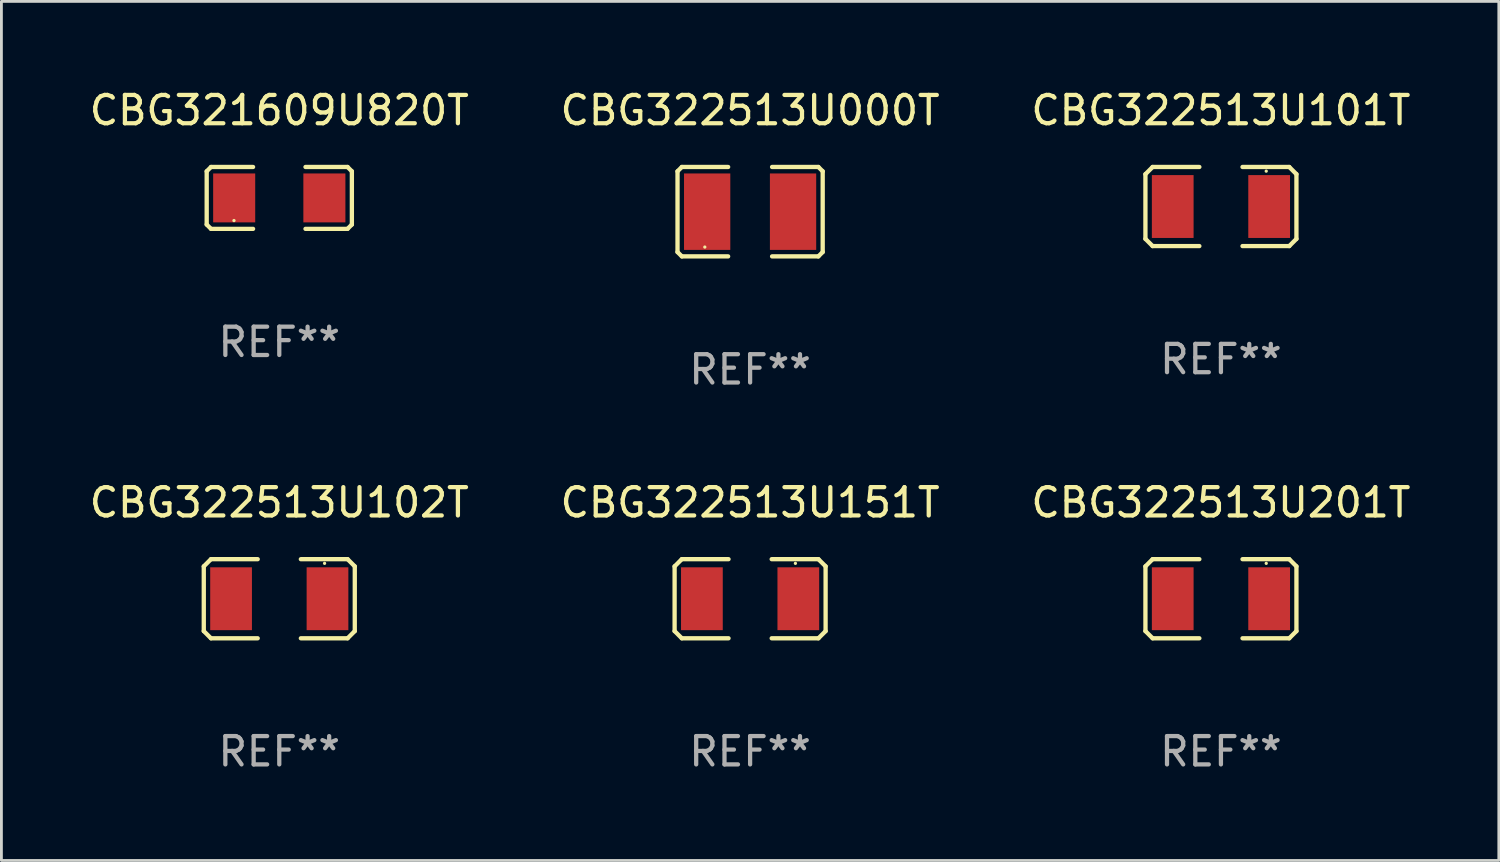
<source format=kicad_pcb>
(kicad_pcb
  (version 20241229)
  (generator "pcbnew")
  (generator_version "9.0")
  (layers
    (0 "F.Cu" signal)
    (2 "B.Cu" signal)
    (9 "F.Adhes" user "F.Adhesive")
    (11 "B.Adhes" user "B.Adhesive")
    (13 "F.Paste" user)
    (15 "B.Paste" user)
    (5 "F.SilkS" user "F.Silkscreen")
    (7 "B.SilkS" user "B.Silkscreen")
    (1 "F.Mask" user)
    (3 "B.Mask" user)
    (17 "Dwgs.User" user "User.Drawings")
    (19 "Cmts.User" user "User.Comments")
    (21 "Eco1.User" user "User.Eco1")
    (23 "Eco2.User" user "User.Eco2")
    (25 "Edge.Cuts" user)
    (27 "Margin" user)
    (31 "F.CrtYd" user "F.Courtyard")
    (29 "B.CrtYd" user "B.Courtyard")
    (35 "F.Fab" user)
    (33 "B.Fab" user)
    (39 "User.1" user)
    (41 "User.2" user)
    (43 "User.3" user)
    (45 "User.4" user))
  (footprint "CBG321609U820T"
    (layer "F.Cu")
    (at 6.815 3.941)
    (property "Reference" "CBG321609U820T" (at 0 -3.093 0) (layer "F.SilkS") (effects (font (size 1 1) (thickness 0.15))))
    (attr through_hole)
    (fp_line (start -2.564 -0.94) (end -2.411 -1.093) (stroke (width 0.152) (type solid)) (layer "F.SilkS"))
    (fp_line (start -2.564 0.94) (end -2.564 -0.94) (stroke (width 0.152) (type solid)) (layer "F.SilkS"))
    (fp_line (start -2.411 -1.093) (end -0.926 -1.093) (stroke (width 0.152) (type solid)) (layer "F.SilkS"))
    (fp_line (start -2.411 1.093) (end -2.564 0.94) (stroke (width 0.152) (type solid)) (layer "F.SilkS"))
    (fp_line (start -0.926 1.093) (end -2.411 1.093) (stroke (width 0.152) (type solid)) (layer "F.SilkS"))
    (fp_line (start 0.926 1.093) (end 2.411 1.093) (stroke (width 0.152) (type solid)) (layer "F.SilkS"))
    (fp_line (start 2.411 -1.093) (end 0.926 -1.093) (stroke (width 0.152) (type solid)) (layer "F.SilkS"))
    (fp_line (start 2.411 1.093) (end 2.564 0.94) (stroke (width 0.152) (type solid)) (layer "F.SilkS"))
    (fp_line (start 2.564 -0.94) (end 2.411 -1.093) (stroke (width 0.152) (type solid)) (layer "F.SilkS"))
    (fp_line (start 2.564 0.94) (end 2.564 -0.94) (stroke (width 0.152) (type solid)) (layer "F.SilkS"))
    (fp_circle (center -1.6 0.8) (end -1.57 0.8) (stroke (width 0.06) (type solid)) (fill no) (layer "F.SilkS"))
    (fp_text user "REF**" (at 0 5.093 0) (layer "F.Fab") (effects (font (size 1 1) (thickness 0.15))))
    (pad "1" smd rect (at -1.593 0) (size 1.485 1.728) (layers "F.Cu" "F.Mask" "F.Paste"))
    (pad "2" smd rect (at 1.593 0) (size 1.485 1.728) (layers "F.Cu" "F.Mask" "F.Paste")))
  (footprint "CBG322513U151T"
    (layer "F.Cu")
    (at 23.446 18.099)
    (property "Reference" "CBG322513U151T" (at 0 -3.397 0) (layer "F.SilkS") (effects (font (size 1 1) (thickness 0.15))))
    (attr through_hole)
    (fp_line (start -2.667 -1.143) (end -2.413 -1.397) (stroke (width 0.152) (type solid)) (layer "F.SilkS"))
    (fp_line (start -2.667 1.143) (end -2.667 -1.143) (stroke (width 0.152) (type solid)) (layer "F.SilkS"))
    (fp_line (start -2.413 -1.397) (end -0.762 -1.397) (stroke (width 0.152) (type solid)) (layer "F.SilkS"))
    (fp_line (start -2.413 1.397) (end -2.667 1.143) (stroke (width 0.152) (type solid)) (layer "F.SilkS"))
    (fp_line (start -0.762 1.397) (end -2.413 1.397) (stroke (width 0.152) (type solid)) (layer "F.SilkS"))
    (fp_line (start 0.762 -1.397) (end 2.413 -1.397) (stroke (width 0.152) (type solid)) (layer "F.SilkS"))
    (fp_line (start 2.413 -1.397) (end 2.667 -1.143) (stroke (width 0.152) (type solid)) (layer "F.SilkS"))
    (fp_line (start 2.413 1.397) (end 0.762 1.397) (stroke (width 0.152) (type solid)) (layer "F.SilkS"))
    (fp_line (start 2.667 -1.143) (end 2.667 1.143) (stroke (width 0.152) (type solid)) (layer "F.SilkS"))
    (fp_line (start 2.667 1.143) (end 2.413 1.397) (stroke (width 0.152) (type solid)) (layer "F.SilkS"))
    (fp_circle (center 1.6 -1.25) (end 1.63 -1.25) (stroke (width 0.06) (type solid)) (fill no) (layer "F.SilkS"))
    (fp_text user "REF**" (at 0 5.397 0) (layer "F.Fab") (effects (font (size 1 1) (thickness 0.15))))
    (pad "1" smd rect (at 1.703 0) (size 1.474 2.22) (layers "F.Cu" "F.Mask" "F.Paste"))
    (pad "2" smd rect (at -1.703 0) (size 1.474 2.22) (layers "F.Cu" "F.Mask" "F.Paste")))
  (footprint "CBG322513U101T"
    (layer "F.Cu")
    (at 40.077 4.245)
    (property "Reference" "CBG322513U101T" (at 0 -3.397 0) (layer "F.SilkS") (effects (font (size 1 1) (thickness 0.15))))
    (attr through_hole)
    (fp_line (start -2.667 -1.143) (end -2.413 -1.397) (stroke (width 0.152) (type solid)) (layer "F.SilkS"))
    (fp_line (start -2.667 1.143) (end -2.667 -1.143) (stroke (width 0.152) (type solid)) (layer "F.SilkS"))
    (fp_line (start -2.413 -1.397) (end -0.762 -1.397) (stroke (width 0.152) (type solid)) (layer "F.SilkS"))
    (fp_line (start -2.413 1.397) (end -2.667 1.143) (stroke (width 0.152) (type solid)) (layer "F.SilkS"))
    (fp_line (start -0.762 1.397) (end -2.413 1.397) (stroke (width 0.152) (type solid)) (layer "F.SilkS"))
    (fp_line (start 0.762 -1.397) (end 2.413 -1.397) (stroke (width 0.152) (type solid)) (layer "F.SilkS"))
    (fp_line (start 2.413 -1.397) (end 2.667 -1.143) (stroke (width 0.152) (type solid)) (layer "F.SilkS"))
    (fp_line (start 2.413 1.397) (end 0.762 1.397) (stroke (width 0.152) (type solid)) (layer "F.SilkS"))
    (fp_line (start 2.667 -1.143) (end 2.667 1.143) (stroke (width 0.152) (type solid)) (layer "F.SilkS"))
    (fp_line (start 2.667 1.143) (end 2.413 1.397) (stroke (width 0.152) (type solid)) (layer "F.SilkS"))
    (fp_circle (center 1.6 -1.25) (end 1.63 -1.25) (stroke (width 0.06) (type solid)) (fill no) (layer "F.SilkS"))
    (fp_text user "REF**" (at 0 5.397 0) (layer "F.Fab") (effects (font (size 1 1) (thickness 0.15))))
    (pad "1" smd rect (at 1.703 0) (size 1.474 2.22) (layers "F.Cu" "F.Mask" "F.Paste"))
    (pad "2" smd rect (at -1.703 0) (size 1.474 2.22) (layers "F.Cu" "F.Mask" "F.Paste")))
  (footprint "CBG322513U201T"
    (layer "F.Cu")
    (at 40.077 18.099)
    (property "Reference" "CBG322513U201T" (at 0 -3.397 0) (layer "F.SilkS") (effects (font (size 1 1) (thickness 0.15))))
    (attr through_hole)
    (fp_line (start -2.667 -1.143) (end -2.413 -1.397) (stroke (width 0.152) (type solid)) (layer "F.SilkS"))
    (fp_line (start -2.667 1.143) (end -2.667 -1.143) (stroke (width 0.152) (type solid)) (layer "F.SilkS"))
    (fp_line (start -2.413 -1.397) (end -0.762 -1.397) (stroke (width 0.152) (type solid)) (layer "F.SilkS"))
    (fp_line (start -2.413 1.397) (end -2.667 1.143) (stroke (width 0.152) (type solid)) (layer "F.SilkS"))
    (fp_line (start -0.762 1.397) (end -2.413 1.397) (stroke (width 0.152) (type solid)) (layer "F.SilkS"))
    (fp_line (start 0.762 -1.397) (end 2.413 -1.397) (stroke (width 0.152) (type solid)) (layer "F.SilkS"))
    (fp_line (start 2.413 -1.397) (end 2.667 -1.143) (stroke (width 0.152) (type solid)) (layer "F.SilkS"))
    (fp_line (start 2.413 1.397) (end 0.762 1.397) (stroke (width 0.152) (type solid)) (layer "F.SilkS"))
    (fp_line (start 2.667 -1.143) (end 2.667 1.143) (stroke (width 0.152) (type solid)) (layer "F.SilkS"))
    (fp_line (start 2.667 1.143) (end 2.413 1.397) (stroke (width 0.152) (type solid)) (layer "F.SilkS"))
    (fp_circle (center 1.6 -1.25) (end 1.63 -1.25) (stroke (width 0.06) (type solid)) (fill no) (layer "F.SilkS"))
    (fp_text user "REF**" (at 0 5.397 0) (layer "F.Fab") (effects (font (size 1 1) (thickness 0.15))))
    (pad "1" smd rect (at 1.703 0) (size 1.474 2.22) (layers "F.Cu" "F.Mask" "F.Paste"))
    (pad "2" smd rect (at -1.703 0) (size 1.474 2.22) (layers "F.Cu" "F.Mask" "F.Paste")))
  (footprint "CBG322513U102T"
    (layer "F.Cu")
    (at 6.815 18.099)
    (property "Reference" "CBG322513U102T" (at 0 -3.397 0) (layer "F.SilkS") (effects (font (size 1 1) (thickness 0.15))))
    (attr through_hole)
    (fp_line (start -2.667 -1.143) (end -2.413 -1.397) (stroke (width 0.152) (type solid)) (layer "F.SilkS"))
    (fp_line (start -2.667 1.143) (end -2.667 -1.143) (stroke (width 0.152) (type solid)) (layer "F.SilkS"))
    (fp_line (start -2.413 -1.397) (end -0.762 -1.397) (stroke (width 0.152) (type solid)) (layer "F.SilkS"))
    (fp_line (start -2.413 1.397) (end -2.667 1.143) (stroke (width 0.152) (type solid)) (layer "F.SilkS"))
    (fp_line (start -0.762 1.397) (end -2.413 1.397) (stroke (width 0.152) (type solid)) (layer "F.SilkS"))
    (fp_line (start 0.762 -1.397) (end 2.413 -1.397) (stroke (width 0.152) (type solid)) (layer "F.SilkS"))
    (fp_line (start 2.413 -1.397) (end 2.667 -1.143) (stroke (width 0.152) (type solid)) (layer "F.SilkS"))
    (fp_line (start 2.413 1.397) (end 0.762 1.397) (stroke (width 0.152) (type solid)) (layer "F.SilkS"))
    (fp_line (start 2.667 -1.143) (end 2.667 1.143) (stroke (width 0.152) (type solid)) (layer "F.SilkS"))
    (fp_line (start 2.667 1.143) (end 2.413 1.397) (stroke (width 0.152) (type solid)) (layer "F.SilkS"))
    (fp_circle (center 1.6 -1.25) (end 1.63 -1.25) (stroke (width 0.06) (type solid)) (fill no) (layer "F.SilkS"))
    (fp_text user "REF**" (at 0 5.397 0) (layer "F.Fab") (effects (font (size 1 1) (thickness 0.15))))
    (pad "1" smd rect (at 1.703 0) (size 1.474 2.22) (layers "F.Cu" "F.Mask" "F.Paste"))
    (pad "2" smd rect (at -1.703 0) (size 1.474 2.22) (layers "F.Cu" "F.Mask" "F.Paste")))
  (footprint "CBG322513U000T"
    (layer "F.Cu")
    (at 23.446 4.427)
    (property "Reference" "CBG322513U000T" (at 0 -3.579 0) (layer "F.SilkS") (effects (font (size 1 1) (thickness 0.15))))
    (attr through_hole)
    (fp_line (start -2.564 -1.426) (end -2.564 1.426) (stroke (width 0.152) (type solid)) (layer "F.SilkS"))
    (fp_line (start -2.564 1.426) (end -2.411 1.579) (stroke (width 0.152) (type solid)) (layer "F.SilkS"))
    (fp_line (start -2.411 -1.579) (end -2.564 -1.426) (stroke (width 0.152) (type solid)) (layer "F.SilkS"))
    (fp_line (start -2.411 1.579) (end -0.776 1.579) (stroke (width 0.152) (type solid)) (layer "F.SilkS"))
    (fp_line (start -0.776 -1.579) (end -2.411 -1.579) (stroke (width 0.152) (type solid)) (layer "F.SilkS"))
    (fp_line (start 0.776 -1.579) (end 2.411 -1.579) (stroke (width 0.152) (type solid)) (layer "F.SilkS"))
    (fp_line (start 2.411 -1.579) (end 2.564 -1.426) (stroke (width 0.152) (type solid)) (layer "F.SilkS"))
    (fp_line (start 2.411 1.579) (end 0.776 1.579) (stroke (width 0.152) (type solid)) (layer "F.SilkS"))
    (fp_line (start 2.564 -1.426) (end 2.564 1.426) (stroke (width 0.152) (type solid)) (layer "F.SilkS"))
    (fp_line (start 2.564 1.426) (end 2.411 1.579) (stroke (width 0.152) (type solid)) (layer "F.SilkS"))
    (fp_circle (center -1.6 1.25) (end -1.57 1.25) (stroke (width 0.06) (type solid)) (fill no) (layer "F.SilkS"))
    (fp_text user "REF**" (at 0 5.579 0) (layer "F.Fab") (effects (font (size 1 1) (thickness 0.15))))
    (pad "1" smd rect (at -1.517 -0.000013) (size 1.635 2.7) (layers "F.Cu" "F.Mask" "F.Paste"))
    (pad "2" smd rect (at 1.517 -0.000013) (size 1.635 2.7) (layers "F.Cu" "F.Mask" "F.Paste")))
  (gr_rect
    (start -3 -3)
    (end 49.893 27.344)
    (stroke (width 0.1) (type default))
    (fill no)
    (layer "Edge.Cuts")))
</source>
